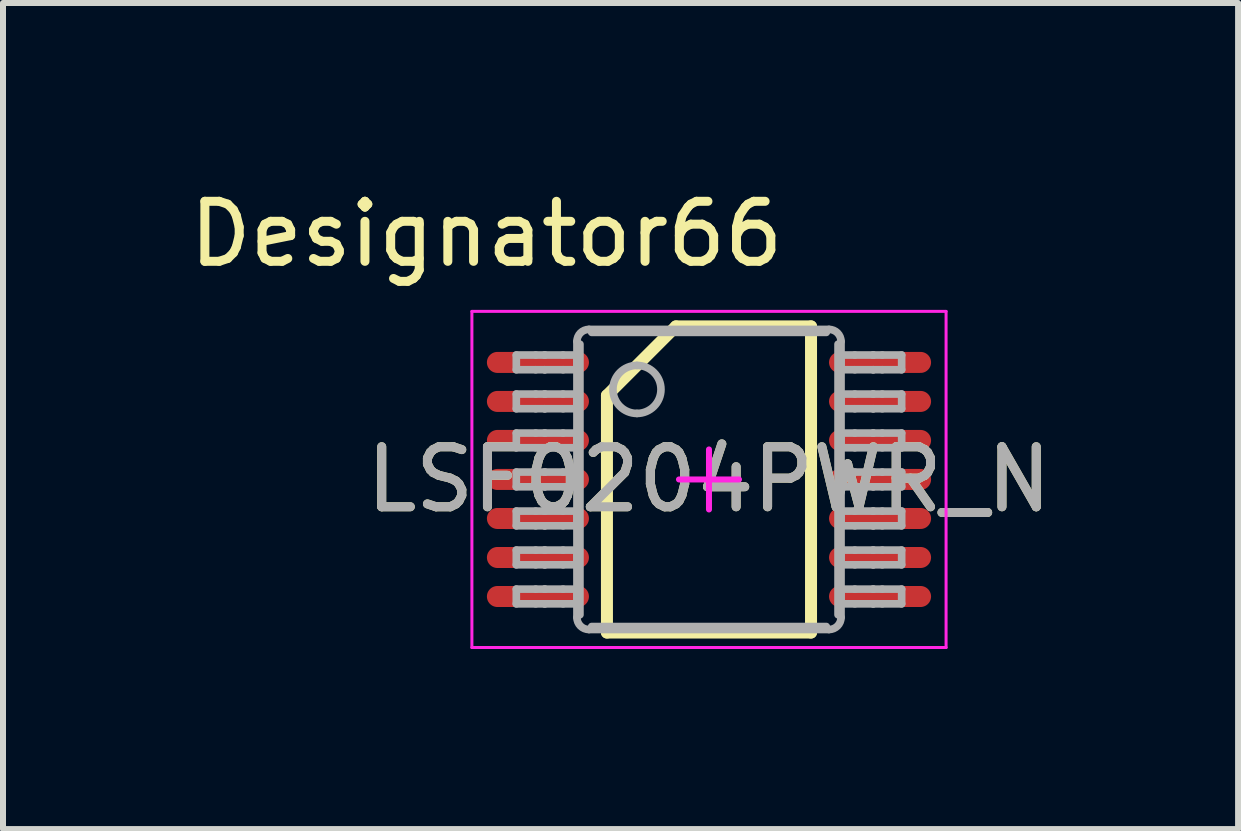
<source format=kicad_pcb>
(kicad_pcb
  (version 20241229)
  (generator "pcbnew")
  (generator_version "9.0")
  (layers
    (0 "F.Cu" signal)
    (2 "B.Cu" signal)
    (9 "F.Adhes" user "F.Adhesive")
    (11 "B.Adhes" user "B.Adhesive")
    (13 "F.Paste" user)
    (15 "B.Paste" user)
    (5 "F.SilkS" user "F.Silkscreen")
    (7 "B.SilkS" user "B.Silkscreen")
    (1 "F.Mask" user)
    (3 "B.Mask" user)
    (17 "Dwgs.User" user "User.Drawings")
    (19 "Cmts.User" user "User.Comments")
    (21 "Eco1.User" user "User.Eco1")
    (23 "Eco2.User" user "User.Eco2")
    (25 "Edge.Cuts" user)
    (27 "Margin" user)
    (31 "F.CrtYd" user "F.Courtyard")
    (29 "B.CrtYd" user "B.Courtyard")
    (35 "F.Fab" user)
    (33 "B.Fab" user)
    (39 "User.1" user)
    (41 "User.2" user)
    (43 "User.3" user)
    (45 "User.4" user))
  (footprint "LSF0204PWR_N"
    (layer "F.Cu")
    (at 8.762 4.938)
    (property "Reference" "LSF0204PWR_N" (at 0 0 0) (unlocked yes) (layer "F.SilkS") (effects (font (size 1 1) (thickness 0.15))))
    (attr smd)
    (fp_line (start -1.7 -1.4) (end -0.55 -2.55) (stroke (width 0.2) (type solid)) (layer "F.SilkS"))
    (fp_line (start -1.7 2.55) (end -1.7 -1.4) (stroke (width 0.2) (type solid)) (layer "F.SilkS"))
    (fp_line (start -1.7 2.55) (end 1.7 2.55) (stroke (width 0.2) (type solid)) (layer "F.SilkS"))
    (fp_line (start -0.55 -2.55) (end 1.7 -2.55) (stroke (width 0.2) (type solid)) (layer "F.SilkS"))
    (fp_line (start 1.7 2.55) (end 1.7 -2.55) (stroke (width 0.2) (type solid)) (layer "F.SilkS"))
    (fp_line (start -3.95 -2.8) (end 3.95 -2.8) (stroke (width 0.05) (type solid)) (layer "F.CrtYd"))
    (fp_line (start -3.95 2.8) (end -3.95 -2.8) (stroke (width 0.05) (type solid)) (layer "F.CrtYd"))
    (fp_line (start -3.95 2.8) (end 3.95 2.8) (stroke (width 0.05) (type solid)) (layer "F.CrtYd"))
    (fp_line (start -0.5 0) (end 0.5 0) (stroke (width 0.1) (type solid)) (layer "F.CrtYd"))
    (fp_line (start 0 0.5) (end 0 -0.5) (stroke (width 0.1) (type solid)) (layer "F.CrtYd"))
    (fp_line (start 3.95 2.8) (end 3.95 -2.8) (stroke (width 0.05) (type solid)) (layer "F.CrtYd"))
    (fp_line (start -3.21 -2.073) (end -2.887 -2.073) (stroke (width 0.127) (type solid)) (layer "F.Fab"))
    (fp_line (start -3.21 -1.828) (end -3.21 -2.073) (stroke (width 0.127) (type solid)) (layer "F.Fab"))
    (fp_line (start -3.21 -1.828) (end -2.887 -1.828) (stroke (width 0.127) (type solid)) (layer "F.Fab"))
    (fp_line (start -3.21 -1.423) (end -2.887 -1.423) (stroke (width 0.127) (type solid)) (layer "F.Fab"))
    (fp_line (start -3.21 -1.178) (end -3.21 -1.423) (stroke (width 0.127) (type solid)) (layer "F.Fab"))
    (fp_line (start -3.21 -1.178) (end -2.887 -1.178) (stroke (width 0.127) (type solid)) (layer "F.Fab"))
    (fp_line (start -3.21 -0.773) (end -2.887 -0.773) (stroke (width 0.127) (type solid)) (layer "F.Fab"))
    (fp_line (start -3.21 -0.528) (end -3.21 -0.773) (stroke (width 0.127) (type solid)) (layer "F.Fab"))
    (fp_line (start -3.21 -0.528) (end -2.887 -0.528) (stroke (width 0.127) (type solid)) (layer "F.Fab"))
    (fp_line (start -3.21 -0.123) (end -2.887 -0.123) (stroke (width 0.127) (type solid)) (layer "F.Fab"))
    (fp_line (start -3.21 0.122) (end -3.21 -0.123) (stroke (width 0.127) (type solid)) (layer "F.Fab"))
    (fp_line (start -3.21 0.122) (end -2.887 0.122) (stroke (width 0.127) (type solid)) (layer "F.Fab"))
    (fp_line (start -3.21 0.527) (end -2.887 0.527) (stroke (width 0.127) (type solid)) (layer "F.Fab"))
    (fp_line (start -3.21 0.772) (end -3.21 0.527) (stroke (width 0.127) (type solid)) (layer "F.Fab"))
    (fp_line (start -3.21 0.772) (end -2.887 0.772) (stroke (width 0.127) (type solid)) (layer "F.Fab"))
    (fp_line (start -3.21 1.177) (end -2.887 1.177) (stroke (width 0.127) (type solid)) (layer "F.Fab"))
    (fp_line (start -3.21 1.422) (end -3.21 1.177) (stroke (width 0.127) (type solid)) (layer "F.Fab"))
    (fp_line (start -3.21 1.422) (end -2.887 1.422) (stroke (width 0.127) (type solid)) (layer "F.Fab"))
    (fp_line (start -3.21 1.827) (end -2.887 1.827) (stroke (width 0.127) (type solid)) (layer "F.Fab"))
    (fp_line (start -3.21 2.072) (end -3.21 1.827) (stroke (width 0.127) (type solid)) (layer "F.Fab"))
    (fp_line (start -3.21 2.072) (end -2.887 2.072) (stroke (width 0.127) (type solid)) (layer "F.Fab"))
    (fp_line (start -2.887 -2.073) (end -2.739 -2.073) (stroke (width 0.127) (type solid)) (layer "F.Fab"))
    (fp_line (start -2.887 -1.828) (end -2.739 -1.828) (stroke (width 0.127) (type solid)) (layer "F.Fab"))
    (fp_line (start -2.887 -1.423) (end -2.739 -1.423) (stroke (width 0.127) (type solid)) (layer "F.Fab"))
    (fp_line (start -2.887 -1.178) (end -2.739 -1.178) (stroke (width 0.127) (type solid)) (layer "F.Fab"))
    (fp_line (start -2.887 -0.773) (end -2.739 -0.773) (stroke (width 0.127) (type solid)) (layer "F.Fab"))
    (fp_line (start -2.887 -0.528) (end -2.739 -0.528) (stroke (width 0.127) (type solid)) (layer "F.Fab"))
    (fp_line (start -2.887 -0.123) (end -2.739 -0.123) (stroke (width 0.127) (type solid)) (layer "F.Fab"))
    (fp_line (start -2.887 0.122) (end -2.739 0.122) (stroke (width 0.127) (type solid)) (layer "F.Fab"))
    (fp_line (start -2.887 0.527) (end -2.739 0.527) (stroke (width 0.127) (type solid)) (layer "F.Fab"))
    (fp_line (start -2.887 0.772) (end -2.739 0.772) (stroke (width 0.127) (type solid)) (layer "F.Fab"))
    (fp_line (start -2.887 1.177) (end -2.739 1.177) (stroke (width 0.127) (type solid)) (layer "F.Fab"))
    (fp_line (start -2.887 1.422) (end -2.739 1.422) (stroke (width 0.127) (type solid)) (layer "F.Fab"))
    (fp_line (start -2.887 1.827) (end -2.739 1.827) (stroke (width 0.127) (type solid)) (layer "F.Fab"))
    (fp_line (start -2.887 2.072) (end -2.739 2.072) (stroke (width 0.127) (type solid)) (layer "F.Fab"))
    (fp_line (start -2.739 -2.073) (end -2.733 -2.073) (stroke (width 0.127) (type solid)) (layer "F.Fab"))
    (fp_line (start -2.739 -1.828) (end -2.733 -1.828) (stroke (width 0.127) (type solid)) (layer "F.Fab"))
    (fp_line (start -2.739 -1.423) (end -2.733 -1.423) (stroke (width 0.127) (type solid)) (layer "F.Fab"))
    (fp_line (start -2.739 -1.178) (end -2.733 -1.178) (stroke (width 0.127) (type solid)) (layer "F.Fab"))
    (fp_line (start -2.739 -0.773) (end -2.733 -0.773) (stroke (width 0.127) (type solid)) (layer "F.Fab"))
    (fp_line (start -2.739 -0.528) (end -2.733 -0.528) (stroke (width 0.127) (type solid)) (layer "F.Fab"))
    (fp_line (start -2.739 -0.123) (end -2.733 -0.123) (stroke (width 0.127) (type solid)) (layer "F.Fab"))
    (fp_line (start -2.739 0.122) (end -2.733 0.122) (stroke (width 0.127) (type solid)) (layer "F.Fab"))
    (fp_line (start -2.739 0.527) (end -2.733 0.527) (stroke (width 0.127) (type solid)) (layer "F.Fab"))
    (fp_line (start -2.739 0.772) (end -2.733 0.772) (stroke (width 0.127) (type solid)) (layer "F.Fab"))
    (fp_line (start -2.739 1.177) (end -2.733 1.177) (stroke (width 0.127) (type solid)) (layer "F.Fab"))
    (fp_line (start -2.739 1.422) (end -2.733 1.422) (stroke (width 0.127) (type solid)) (layer "F.Fab"))
    (fp_line (start -2.739 1.827) (end -2.733 1.827) (stroke (width 0.127) (type solid)) (layer "F.Fab"))
    (fp_line (start -2.739 2.072) (end -2.733 2.072) (stroke (width 0.127) (type solid)) (layer "F.Fab"))
    (fp_line (start -2.733 -2.073) (end -2.431 -2.073) (stroke (width 0.127) (type solid)) (layer "F.Fab"))
    (fp_line (start -2.733 -1.828) (end -2.431 -1.828) (stroke (width 0.127) (type solid)) (layer "F.Fab"))
    (fp_line (start -2.733 -1.423) (end -2.431 -1.423) (stroke (width 0.127) (type solid)) (layer "F.Fab"))
    (fp_line (start -2.733 -1.178) (end -2.431 -1.178) (stroke (width 0.127) (type solid)) (layer "F.Fab"))
    (fp_line (start -2.733 -0.773) (end -2.431 -0.773) (stroke (width 0.127) (type solid)) (layer "F.Fab"))
    (fp_line (start -2.733 -0.528) (end -2.431 -0.528) (stroke (width 0.127) (type solid)) (layer "F.Fab"))
    (fp_line (start -2.733 -0.123) (end -2.431 -0.123) (stroke (width 0.127) (type solid)) (layer "F.Fab"))
    (fp_line (start -2.733 0.122) (end -2.431 0.122) (stroke (width 0.127) (type solid)) (layer "F.Fab"))
    (fp_line (start -2.733 0.527) (end -2.431 0.527) (stroke (width 0.127) (type solid)) (layer "F.Fab"))
    (fp_line (start -2.733 0.772) (end -2.431 0.772) (stroke (width 0.127) (type solid)) (layer "F.Fab"))
    (fp_line (start -2.733 1.177) (end -2.431 1.177) (stroke (width 0.127) (type solid)) (layer "F.Fab"))
    (fp_line (start -2.733 1.422) (end -2.431 1.422) (stroke (width 0.127) (type solid)) (layer "F.Fab"))
    (fp_line (start -2.733 1.827) (end -2.431 1.827) (stroke (width 0.127) (type solid)) (layer "F.Fab"))
    (fp_line (start -2.733 2.072) (end -2.431 2.072) (stroke (width 0.127) (type solid)) (layer "F.Fab"))
    (fp_line (start -2.431 -2.073) (end -2.2 -2.073) (stroke (width 0.127) (type solid)) (layer "F.Fab"))
    (fp_line (start -2.431 -1.828) (end -2.2 -1.828) (stroke (width 0.127) (type solid)) (layer "F.Fab"))
    (fp_line (start -2.431 -1.423) (end -2.2 -1.423) (stroke (width 0.127) (type solid)) (layer "F.Fab"))
    (fp_line (start -2.431 -1.178) (end -2.2 -1.178) (stroke (width 0.127) (type solid)) (layer "F.Fab"))
    (fp_line (start -2.431 -0.773) (end -2.2 -0.773) (stroke (width 0.127) (type solid)) (layer "F.Fab"))
    (fp_line (start -2.431 -0.528) (end -2.2 -0.528) (stroke (width 0.127) (type solid)) (layer "F.Fab"))
    (fp_line (start -2.431 -0.123) (end -2.2 -0.123) (stroke (width 0.127) (type solid)) (layer "F.Fab"))
    (fp_line (start -2.431 0.122) (end -2.2 0.122) (stroke (width 0.127) (type solid)) (layer "F.Fab"))
    (fp_line (start -2.431 0.527) (end -2.2 0.527) (stroke (width 0.127) (type solid)) (layer "F.Fab"))
    (fp_line (start -2.431 0.772) (end -2.2 0.772) (stroke (width 0.127) (type solid)) (layer "F.Fab"))
    (fp_line (start -2.431 1.177) (end -2.2 1.177) (stroke (width 0.127) (type solid)) (layer "F.Fab"))
    (fp_line (start -2.431 1.422) (end -2.2 1.422) (stroke (width 0.127) (type solid)) (layer "F.Fab"))
    (fp_line (start -2.431 1.827) (end -2.2 1.827) (stroke (width 0.127) (type solid)) (layer "F.Fab"))
    (fp_line (start -2.431 2.072) (end -2.2 2.072) (stroke (width 0.127) (type solid)) (layer "F.Fab"))
    (fp_line (start -2.2 -1.828) (end -2.2 -2.073) (stroke (width 0.127) (type solid)) (layer "F.Fab"))
    (fp_line (start -2.2 -1.178) (end -2.2 -1.423) (stroke (width 0.127) (type solid)) (layer "F.Fab"))
    (fp_line (start -2.2 -0.528) (end -2.2 -0.773) (stroke (width 0.127) (type solid)) (layer "F.Fab"))
    (fp_line (start -2.2 0.122) (end -2.2 -0.123) (stroke (width 0.127) (type solid)) (layer "F.Fab"))
    (fp_line (start -2.2 0.772) (end -2.2 0.527) (stroke (width 0.127) (type solid)) (layer "F.Fab"))
    (fp_line (start -2.2 1.422) (end -2.2 1.177) (stroke (width 0.127) (type solid)) (layer "F.Fab"))
    (fp_line (start -2.2 2.072) (end -2.2 1.827) (stroke (width 0.127) (type solid)) (layer "F.Fab"))
    (fp_line (start -2.2 2.3) (end -2.2 -2.3) (stroke (width 0.127) (type solid)) (layer "F.Fab"))
    (fp_line (start -2.15 2.254) (end -2.15 -2.254) (stroke (width 0.127) (type solid)) (layer "F.Fab"))
    (fp_line (start -2 -2.5) (end 2 -2.5) (stroke (width 0.127) (type solid)) (layer "F.Fab"))
    (fp_line (start -2 2.5) (end 2 2.5) (stroke (width 0.127) (type solid)) (layer "F.Fab"))
    (fp_line (start -1.954 -2.45) (end 1.954 -2.45) (stroke (width 0.127) (type solid)) (layer "F.Fab"))
    (fp_line (start -1.954 2.45) (end 1.954 2.45) (stroke (width 0.127) (type solid)) (layer "F.Fab"))
    (fp_line (start 2.15 2.254) (end 2.15 -2.254) (stroke (width 0.127) (type solid)) (layer "F.Fab"))
    (fp_line (start 2.2 -2.073) (end 2.43 -2.073) (stroke (width 0.127) (type solid)) (layer "F.Fab"))
    (fp_line (start 2.2 -1.828) (end 2.2 -2.073) (stroke (width 0.127) (type solid)) (layer "F.Fab"))
    (fp_line (start 2.2 -1.828) (end 2.43 -1.828) (stroke (width 0.127) (type solid)) (layer "F.Fab"))
    (fp_line (start 2.2 -1.423) (end 2.43 -1.423) (stroke (width 0.127) (type solid)) (layer "F.Fab"))
    (fp_line (start 2.2 -1.178) (end 2.2 -1.423) (stroke (width 0.127) (type solid)) (layer "F.Fab"))
    (fp_line (start 2.2 -1.178) (end 2.43 -1.178) (stroke (width 0.127) (type solid)) (layer "F.Fab"))
    (fp_line (start 2.2 -0.773) (end 2.43 -0.773) (stroke (width 0.127) (type solid)) (layer "F.Fab"))
    (fp_line (start 2.2 -0.528) (end 2.2 -0.773) (stroke (width 0.127) (type solid)) (layer "F.Fab"))
    (fp_line (start 2.2 -0.528) (end 2.43 -0.528) (stroke (width 0.127) (type solid)) (layer "F.Fab"))
    (fp_line (start 2.2 -0.123) (end 2.43 -0.123) (stroke (width 0.127) (type solid)) (layer "F.Fab"))
    (fp_line (start 2.2 0.122) (end 2.2 -0.123) (stroke (width 0.127) (type solid)) (layer "F.Fab"))
    (fp_line (start 2.2 0.122) (end 2.43 0.122) (stroke (width 0.127) (type solid)) (layer "F.Fab"))
    (fp_line (start 2.2 0.527) (end 2.43 0.527) (stroke (width 0.127) (type solid)) (layer "F.Fab"))
    (fp_line (start 2.2 0.772) (end 2.2 0.527) (stroke (width 0.127) (type solid)) (layer "F.Fab"))
    (fp_line (start 2.2 0.772) (end 2.43 0.772) (stroke (width 0.127) (type solid)) (layer "F.Fab"))
    (fp_line (start 2.2 1.177) (end 2.43 1.177) (stroke (width 0.127) (type solid)) (layer "F.Fab"))
    (fp_line (start 2.2 1.422) (end 2.2 1.177) (stroke (width 0.127) (type solid)) (layer "F.Fab"))
    (fp_line (start 2.2 1.422) (end 2.43 1.422) (stroke (width 0.127) (type solid)) (layer "F.Fab"))
    (fp_line (start 2.2 1.827) (end 2.43 1.827) (stroke (width 0.127) (type solid)) (layer "F.Fab"))
    (fp_line (start 2.2 2.072) (end 2.2 1.827) (stroke (width 0.127) (type solid)) (layer "F.Fab"))
    (fp_line (start 2.2 2.072) (end 2.43 2.072) (stroke (width 0.127) (type solid)) (layer "F.Fab"))
    (fp_line (start 2.2 2.3) (end 2.2 -2.3) (stroke (width 0.127) (type solid)) (layer "F.Fab"))
    (fp_line (start 2.43 -2.073) (end 2.733 -2.073) (stroke (width 0.127) (type solid)) (layer "F.Fab"))
    (fp_line (start 2.43 -1.828) (end 2.733 -1.828) (stroke (width 0.127) (type solid)) (layer "F.Fab"))
    (fp_line (start 2.43 -1.423) (end 2.733 -1.423) (stroke (width 0.127) (type solid)) (layer "F.Fab"))
    (fp_line (start 2.43 -1.178) (end 2.733 -1.178) (stroke (width 0.127) (type solid)) (layer "F.Fab"))
    (fp_line (start 2.43 -0.773) (end 2.733 -0.773) (stroke (width 0.127) (type solid)) (layer "F.Fab"))
    (fp_line (start 2.43 -0.528) (end 2.733 -0.528) (stroke (width 0.127) (type solid)) (layer "F.Fab"))
    (fp_line (start 2.43 -0.123) (end 2.733 -0.123) (stroke (width 0.127) (type solid)) (layer "F.Fab"))
    (fp_line (start 2.43 0.122) (end 2.733 0.122) (stroke (width 0.127) (type solid)) (layer "F.Fab"))
    (fp_line (start 2.43 0.527) (end 2.733 0.527) (stroke (width 0.127) (type solid)) (layer "F.Fab"))
    (fp_line (start 2.43 0.772) (end 2.733 0.772) (stroke (width 0.127) (type solid)) (layer "F.Fab"))
    (fp_line (start 2.43 1.177) (end 2.733 1.177) (stroke (width 0.127) (type solid)) (layer "F.Fab"))
    (fp_line (start 2.43 1.422) (end 2.733 1.422) (stroke (width 0.127) (type solid)) (layer "F.Fab"))
    (fp_line (start 2.43 1.827) (end 2.733 1.827) (stroke (width 0.127) (type solid)) (layer "F.Fab"))
    (fp_line (start 2.43 2.072) (end 2.733 2.072) (stroke (width 0.127) (type solid)) (layer "F.Fab"))
    (fp_line (start 2.733 -2.073) (end 2.739 -2.073) (stroke (width 0.127) (type solid)) (layer "F.Fab"))
    (fp_line (start 2.733 -1.828) (end 2.739 -1.828) (stroke (width 0.127) (type solid)) (layer "F.Fab"))
    (fp_line (start 2.733 -1.423) (end 2.739 -1.423) (stroke (width 0.127) (type solid)) (layer "F.Fab"))
    (fp_line (start 2.733 -1.178) (end 2.739 -1.178) (stroke (width 0.127) (type solid)) (layer "F.Fab"))
    (fp_line (start 2.733 -0.773) (end 2.739 -0.773) (stroke (width 0.127) (type solid)) (layer "F.Fab"))
    (fp_line (start 2.733 -0.528) (end 2.739 -0.528) (stroke (width 0.127) (type solid)) (layer "F.Fab"))
    (fp_line (start 2.733 -0.123) (end 2.739 -0.123) (stroke (width 0.127) (type solid)) (layer "F.Fab"))
    (fp_line (start 2.733 0.122) (end 2.739 0.122) (stroke (width 0.127) (type solid)) (layer "F.Fab"))
    (fp_line (start 2.733 0.527) (end 2.739 0.527) (stroke (width 0.127) (type solid)) (layer "F.Fab"))
    (fp_line (start 2.733 0.772) (end 2.739 0.772) (stroke (width 0.127) (type solid)) (layer "F.Fab"))
    (fp_line (start 2.733 1.177) (end 2.739 1.177) (stroke (width 0.127) (type solid)) (layer "F.Fab"))
    (fp_line (start 2.733 1.422) (end 2.739 1.422) (stroke (width 0.127) (type solid)) (layer "F.Fab"))
    (fp_line (start 2.733 1.827) (end 2.739 1.827) (stroke (width 0.127) (type solid)) (layer "F.Fab"))
    (fp_line (start 2.733 2.072) (end 2.739 2.072) (stroke (width 0.127) (type solid)) (layer "F.Fab"))
    (fp_line (start 2.739 -2.073) (end 2.887 -2.073) (stroke (width 0.127) (type solid)) (layer "F.Fab"))
    (fp_line (start 2.739 -1.828) (end 2.887 -1.828) (stroke (width 0.127) (type solid)) (layer "F.Fab"))
    (fp_line (start 2.739 -1.423) (end 2.887 -1.423) (stroke (width 0.127) (type solid)) (layer "F.Fab"))
    (fp_line (start 2.739 -1.178) (end 2.887 -1.178) (stroke (width 0.127) (type solid)) (layer "F.Fab"))
    (fp_line (start 2.739 -0.773) (end 2.887 -0.773) (stroke (width 0.127) (type solid)) (layer "F.Fab"))
    (fp_line (start 2.739 -0.528) (end 2.887 -0.528) (stroke (width 0.127) (type solid)) (layer "F.Fab"))
    (fp_line (start 2.739 -0.123) (end 2.887 -0.123) (stroke (width 0.127) (type solid)) (layer "F.Fab"))
    (fp_line (start 2.739 0.122) (end 2.887 0.122) (stroke (width 0.127) (type solid)) (layer "F.Fab"))
    (fp_line (start 2.739 0.527) (end 2.887 0.527) (stroke (width 0.127) (type solid)) (layer "F.Fab"))
    (fp_line (start 2.739 0.772) (end 2.887 0.772) (stroke (width 0.127) (type solid)) (layer "F.Fab"))
    (fp_line (start 2.739 1.177) (end 2.887 1.177) (stroke (width 0.127) (type solid)) (layer "F.Fab"))
    (fp_line (start 2.739 1.422) (end 2.887 1.422) (stroke (width 0.127) (type solid)) (layer "F.Fab"))
    (fp_line (start 2.739 1.827) (end 2.887 1.827) (stroke (width 0.127) (type solid)) (layer "F.Fab"))
    (fp_line (start 2.739 2.072) (end 2.887 2.072) (stroke (width 0.127) (type solid)) (layer "F.Fab"))
    (fp_line (start 2.887 -2.073) (end 3.21 -2.073) (stroke (width 0.127) (type solid)) (layer "F.Fab"))
    (fp_line (start 2.887 -1.828) (end 3.21 -1.828) (stroke (width 0.127) (type solid)) (layer "F.Fab"))
    (fp_line (start 2.887 -1.423) (end 3.21 -1.423) (stroke (width 0.127) (type solid)) (layer "F.Fab"))
    (fp_line (start 2.887 -1.178) (end 3.21 -1.178) (stroke (width 0.127) (type solid)) (layer "F.Fab"))
    (fp_line (start 2.887 -0.773) (end 3.21 -0.773) (stroke (width 0.127) (type solid)) (layer "F.Fab"))
    (fp_line (start 2.887 -0.528) (end 3.21 -0.528) (stroke (width 0.127) (type solid)) (layer "F.Fab"))
    (fp_line (start 2.887 -0.123) (end 3.21 -0.123) (stroke (width 0.127) (type solid)) (layer "F.Fab"))
    (fp_line (start 2.887 0.122) (end 3.21 0.122) (stroke (width 0.127) (type solid)) (layer "F.Fab"))
    (fp_line (start 2.887 0.527) (end 3.21 0.527) (stroke (width 0.127) (type solid)) (layer "F.Fab"))
    (fp_line (start 2.887 0.772) (end 3.21 0.772) (stroke (width 0.127) (type solid)) (layer "F.Fab"))
    (fp_line (start 2.887 1.177) (end 3.21 1.177) (stroke (width 0.127) (type solid)) (layer "F.Fab"))
    (fp_line (start 2.887 1.422) (end 3.21 1.422) (stroke (width 0.127) (type solid)) (layer "F.Fab"))
    (fp_line (start 2.887 1.827) (end 3.21 1.827) (stroke (width 0.127) (type solid)) (layer "F.Fab"))
    (fp_line (start 2.887 2.072) (end 3.21 2.072) (stroke (width 0.127) (type solid)) (layer "F.Fab"))
    (fp_line (start 3.21 -1.828) (end 3.21 -2.073) (stroke (width 0.127) (type solid)) (layer "F.Fab"))
    (fp_line (start 3.21 -1.178) (end 3.21 -1.423) (stroke (width 0.127) (type solid)) (layer "F.Fab"))
    (fp_line (start 3.21 -0.528) (end 3.21 -0.773) (stroke (width 0.127) (type solid)) (layer "F.Fab"))
    (fp_line (start 3.21 0.122) (end 3.21 -0.123) (stroke (width 0.127) (type solid)) (layer "F.Fab"))
    (fp_line (start 3.21 0.772) (end 3.21 0.527) (stroke (width 0.127) (type solid)) (layer "F.Fab"))
    (fp_line (start 3.21 1.422) (end 3.21 1.177) (stroke (width 0.127) (type solid)) (layer "F.Fab"))
    (fp_line (start 3.21 2.072) (end 3.21 1.827) (stroke (width 0.127) (type solid)) (layer "F.Fab"))
    (fp_arc (start -2.200001 -2.3) (mid -2.141422 -2.441421) (end -2.000001 -2.5) (stroke (width 0.127) (type solid)) (layer "F.Fab"))
    (fp_arc (start -2.000001 2.49999) (mid -2.141422 2.441412) (end -2.200001 2.29999) (stroke (width 0.127) (type solid)) (layer "F.Fab"))
    (fp_arc (start -1.200003 -1.900001) (mid -0.800003 -1.500002) (end -1.200003 -1.100003) (stroke (width 0.127) (type solid)) (layer "F.Fab"))
    (fp_arc (start -1.200003 -1.100003) (mid -1.600002 -1.500002) (end -1.200003 -1.900001) (stroke (width 0.127) (type solid)) (layer "F.Fab"))
    (fp_arc (start 1.999991 -2.5) (mid 2.141412 -2.441422) (end 2.199991 -2.3) (stroke (width 0.127) (type solid)) (layer "F.Fab"))
    (fp_arc (start 2.199991 2.29999) (mid 2.141412 2.441411) (end 1.999991 2.49999) (stroke (width 0.127) (type solid)) (layer "F.Fab"))
    (fp_text user "Designator66" (at -3.708 -4.089 0) (unlocked yes) (layer "F.SilkS") (effects (font (size 1 1) (thickness 0.15))))
    (fp_text user "${REFERENCE}" (at 0 0 0) (unlocked yes) (layer "F.Fab") (effects (font (size 1 1) (thickness 0.15))))
    (pad "1" smd oval (at -2.85 -1.95 90) (size 0.35 1.7) (layers "F.Cu" "F.Mask" "F.Paste"))
    (pad "2" smd oval (at -2.85 -1.3 90) (size 0.35 1.7) (layers "F.Cu" "F.Mask" "F.Paste"))
    (pad "3" smd oval (at -2.85 -0.65 90) (size 0.35 1.7) (layers "F.Cu" "F.Mask" "F.Paste"))
    (pad "4" smd oval (at -2.85 0 90) (size 0.35 1.7) (layers "F.Cu" "F.Mask" "F.Paste"))
    (pad "5" smd oval (at -2.85 0.65 90) (size 0.35 1.7) (layers "F.Cu" "F.Mask" "F.Paste"))
    (pad "6" smd oval (at -2.85 1.3 90) (size 0.35 1.7) (layers "F.Cu" "F.Mask" "F.Paste"))
    (pad "7" smd oval (at -2.85 1.95 90) (size 0.35 1.7) (layers "F.Cu" "F.Mask" "F.Paste"))
    (pad "8" smd oval (at 2.85 1.95 90) (size 0.35 1.7) (layers "F.Cu" "F.Mask" "F.Paste"))
    (pad "9" smd oval (at 2.85 1.3 90) (size 0.35 1.7) (layers "F.Cu" "F.Mask" "F.Paste"))
    (pad "10" smd oval (at 2.85 0.65 90) (size 0.35 1.7) (layers "F.Cu" "F.Mask" "F.Paste"))
    (pad "11" smd oval (at 2.85 0 90) (size 0.35 1.7) (layers "F.Cu" "F.Mask" "F.Paste"))
    (pad "12" smd oval (at 2.85 -0.65 90) (size 0.35 1.7) (layers "F.Cu" "F.Mask" "F.Paste"))
    (pad "13" smd oval (at 2.85 -1.3 90) (size 0.35 1.7) (layers "F.Cu" "F.Mask" "F.Paste"))
    (pad "14" smd oval (at 2.85 -1.95 90) (size 0.35 1.7) (layers "F.Cu" "F.Mask" "F.Paste")))
  (gr_rect
    (start -3 -3)
    (end 17.577 10.763)
    (stroke (width 0.1) (type default))
    (fill no)
    (layer "Edge.Cuts")))
</source>
